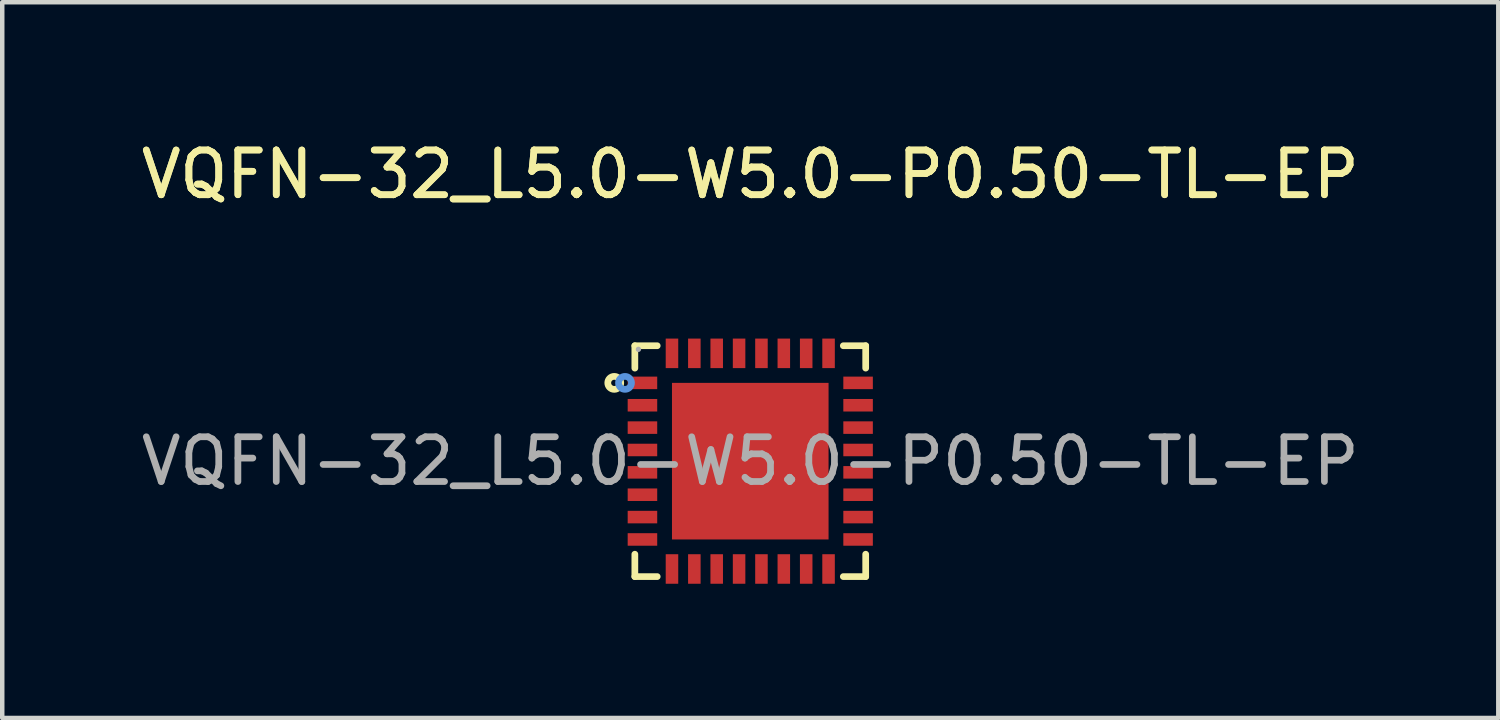
<source format=kicad_pcb>
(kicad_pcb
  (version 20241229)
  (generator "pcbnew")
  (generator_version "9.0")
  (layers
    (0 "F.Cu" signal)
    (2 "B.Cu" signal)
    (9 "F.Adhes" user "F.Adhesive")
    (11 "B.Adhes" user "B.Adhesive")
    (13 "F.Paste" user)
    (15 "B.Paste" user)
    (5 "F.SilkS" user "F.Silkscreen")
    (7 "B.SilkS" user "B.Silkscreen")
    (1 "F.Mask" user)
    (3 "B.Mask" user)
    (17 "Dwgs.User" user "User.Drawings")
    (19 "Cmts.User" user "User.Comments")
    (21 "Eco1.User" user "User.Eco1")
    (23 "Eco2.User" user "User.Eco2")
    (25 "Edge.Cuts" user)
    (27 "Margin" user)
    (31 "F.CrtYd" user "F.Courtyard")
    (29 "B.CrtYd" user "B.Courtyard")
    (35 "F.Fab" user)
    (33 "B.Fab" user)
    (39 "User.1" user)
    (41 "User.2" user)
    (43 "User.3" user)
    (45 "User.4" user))
  (footprint "VQFN-32_L5.0-W5.0-P0.50-TL-EP"
    (layer "F.Cu")
    (at 13.72 7.258)
    (property "Reference" "VQFN-32_L5.0-W5.0-P0.50-TL-EP" (at 0 -6.41 0) (layer "F.SilkS") (effects (font (size 1 1) (thickness 0.15))))
    (attr smd)
    (fp_line (start -2.58 -2.58) (end -2.58 -2.08) (stroke (width 0.15) (type solid)) (layer "F.SilkS"))
    (fp_line (start -2.58 2.58) (end -2.58 2.08) (stroke (width 0.15) (type solid)) (layer "F.SilkS"))
    (fp_line (start -2.08 -2.58) (end -2.58 -2.58) (stroke (width 0.15) (type solid)) (layer "F.SilkS"))
    (fp_line (start -2.08 2.58) (end -2.58 2.58) (stroke (width 0.15) (type solid)) (layer "F.SilkS"))
    (fp_line (start 2.08 -2.58) (end 2.58 -2.58) (stroke (width 0.15) (type solid)) (layer "F.SilkS"))
    (fp_line (start 2.08 2.58) (end 2.58 2.58) (stroke (width 0.15) (type solid)) (layer "F.SilkS"))
    (fp_line (start 2.58 -2.58) (end 2.58 -2.08) (stroke (width 0.15) (type solid)) (layer "F.SilkS"))
    (fp_line (start 2.58 2.58) (end 2.58 2.08) (stroke (width 0.15) (type solid)) (layer "F.SilkS"))
    (fp_circle (center -3.04 -1.75) (end -2.97 -1.75) (stroke (width 0.15) (type solid)) (fill no) (layer "F.SilkS"))
    (fp_circle (center -2.8 -1.75) (end -2.73 -1.75) (stroke (width 0.15) (type solid)) (fill no) (layer "Cmts.User"))
    (fp_circle (center -2.5 -2.5) (end -2.47 -2.5) (stroke (width 0.06) (type solid)) (fill no) (layer "F.Fab"))
    (fp_text user "${REFERENCE}" (at 0 -6.41 0) (layer "F.SilkS") (effects (font (size 1 1) (thickness 0.15))))
    (fp_text user "${REFERENCE}" (at 0 0 0) (layer "F.Fab") (effects (font (size 1 1) (thickness 0.15))))
    (pad "1" smd rect (at -2.41 -1.75) (size 0.66 0.28) (layers "F.Cu" "F.Mask" "F.Paste"))
    (pad "2" smd rect (at -2.41 -1.25) (size 0.66 0.28) (layers "F.Cu" "F.Mask" "F.Paste"))
    (pad "3" smd rect (at -2.41 -0.75) (size 0.66 0.28) (layers "F.Cu" "F.Mask" "F.Paste"))
    (pad "4" smd rect (at -2.41 -0.25) (size 0.66 0.28) (layers "F.Cu" "F.Mask" "F.Paste"))
    (pad "5" smd rect (at -2.41 0.25) (size 0.66 0.28) (layers "F.Cu" "F.Mask" "F.Paste"))
    (pad "6" smd rect (at -2.41 0.75) (size 0.66 0.28) (layers "F.Cu" "F.Mask" "F.Paste"))
    (pad "7" smd rect (at -2.41 1.25) (size 0.66 0.28) (layers "F.Cu" "F.Mask" "F.Paste"))
    (pad "8" smd rect (at -2.41 1.75) (size 0.66 0.28) (layers "F.Cu" "F.Mask" "F.Paste"))
    (pad "9" smd rect (at -1.75 2.41) (size 0.28 0.66) (layers "F.Cu" "F.Mask" "F.Paste"))
    (pad "10" smd rect (at -1.25 2.41) (size 0.28 0.66) (layers "F.Cu" "F.Mask" "F.Paste"))
    (pad "11" smd rect (at -0.75 2.41) (size 0.28 0.66) (layers "F.Cu" "F.Mask" "F.Paste"))
    (pad "12" smd rect (at -0.25 2.41) (size 0.28 0.66) (layers "F.Cu" "F.Mask" "F.Paste"))
    (pad "13" smd rect (at 0.25 2.41) (size 0.28 0.66) (layers "F.Cu" "F.Mask" "F.Paste"))
    (pad "14" smd rect (at 0.75 2.41) (size 0.28 0.66) (layers "F.Cu" "F.Mask" "F.Paste"))
    (pad "15" smd rect (at 1.25 2.41) (size 0.28 0.66) (layers "F.Cu" "F.Mask" "F.Paste"))
    (pad "16" smd rect (at 1.75 2.41) (size 0.28 0.66) (layers "F.Cu" "F.Mask" "F.Paste"))
    (pad "17" smd rect (at 2.41 1.75) (size 0.66 0.28) (layers "F.Cu" "F.Mask" "F.Paste"))
    (pad "18" smd rect (at 2.41 1.25) (size 0.66 0.28) (layers "F.Cu" "F.Mask" "F.Paste"))
    (pad "19" smd rect (at 2.41 0.75) (size 0.66 0.28) (layers "F.Cu" "F.Mask" "F.Paste"))
    (pad "20" smd rect (at 2.41 0.25) (size 0.66 0.28) (layers "F.Cu" "F.Mask" "F.Paste"))
    (pad "21" smd rect (at 2.41 -0.25) (size 0.66 0.28) (layers "F.Cu" "F.Mask" "F.Paste"))
    (pad "22" smd rect (at 2.41 -0.75) (size 0.66 0.28) (layers "F.Cu" "F.Mask" "F.Paste"))
    (pad "23" smd rect (at 2.41 -1.25) (size 0.66 0.28) (layers "F.Cu" "F.Mask" "F.Paste"))
    (pad "24" smd rect (at 2.41 -1.75) (size 0.66 0.28) (layers "F.Cu" "F.Mask" "F.Paste"))
    (pad "25" smd rect (at 1.75 -2.41) (size 0.28 0.66) (layers "F.Cu" "F.Mask" "F.Paste"))
    (pad "26" smd rect (at 1.25 -2.41) (size 0.28 0.66) (layers "F.Cu" "F.Mask" "F.Paste"))
    (pad "27" smd rect (at 0.75 -2.41) (size 0.28 0.66) (layers "F.Cu" "F.Mask" "F.Paste"))
    (pad "28" smd rect (at 0.25 -2.41) (size 0.28 0.66) (layers "F.Cu" "F.Mask" "F.Paste"))
    (pad "29" smd rect (at -0.25 -2.41) (size 0.28 0.66) (layers "F.Cu" "F.Mask" "F.Paste"))
    (pad "30" smd rect (at -0.75 -2.41) (size 0.28 0.66) (layers "F.Cu" "F.Mask" "F.Paste"))
    (pad "31" smd rect (at -1.25 -2.41) (size 0.28 0.66) (layers "F.Cu" "F.Mask" "F.Paste"))
    (pad "32" smd rect (at -1.75 -2.41) (size 0.28 0.66) (layers "F.Cu" "F.Mask" "F.Paste"))
    (pad "33" smd rect (at 0 0) (size 3.5 3.5) (layers "F.Cu" "F.Mask" "F.Paste")))
  (gr_rect
    (start -3 -3)
    (end 30.44 12.998)
    (stroke (width 0.1) (type default))
    (fill no)
    (layer "Edge.Cuts")))
</source>
